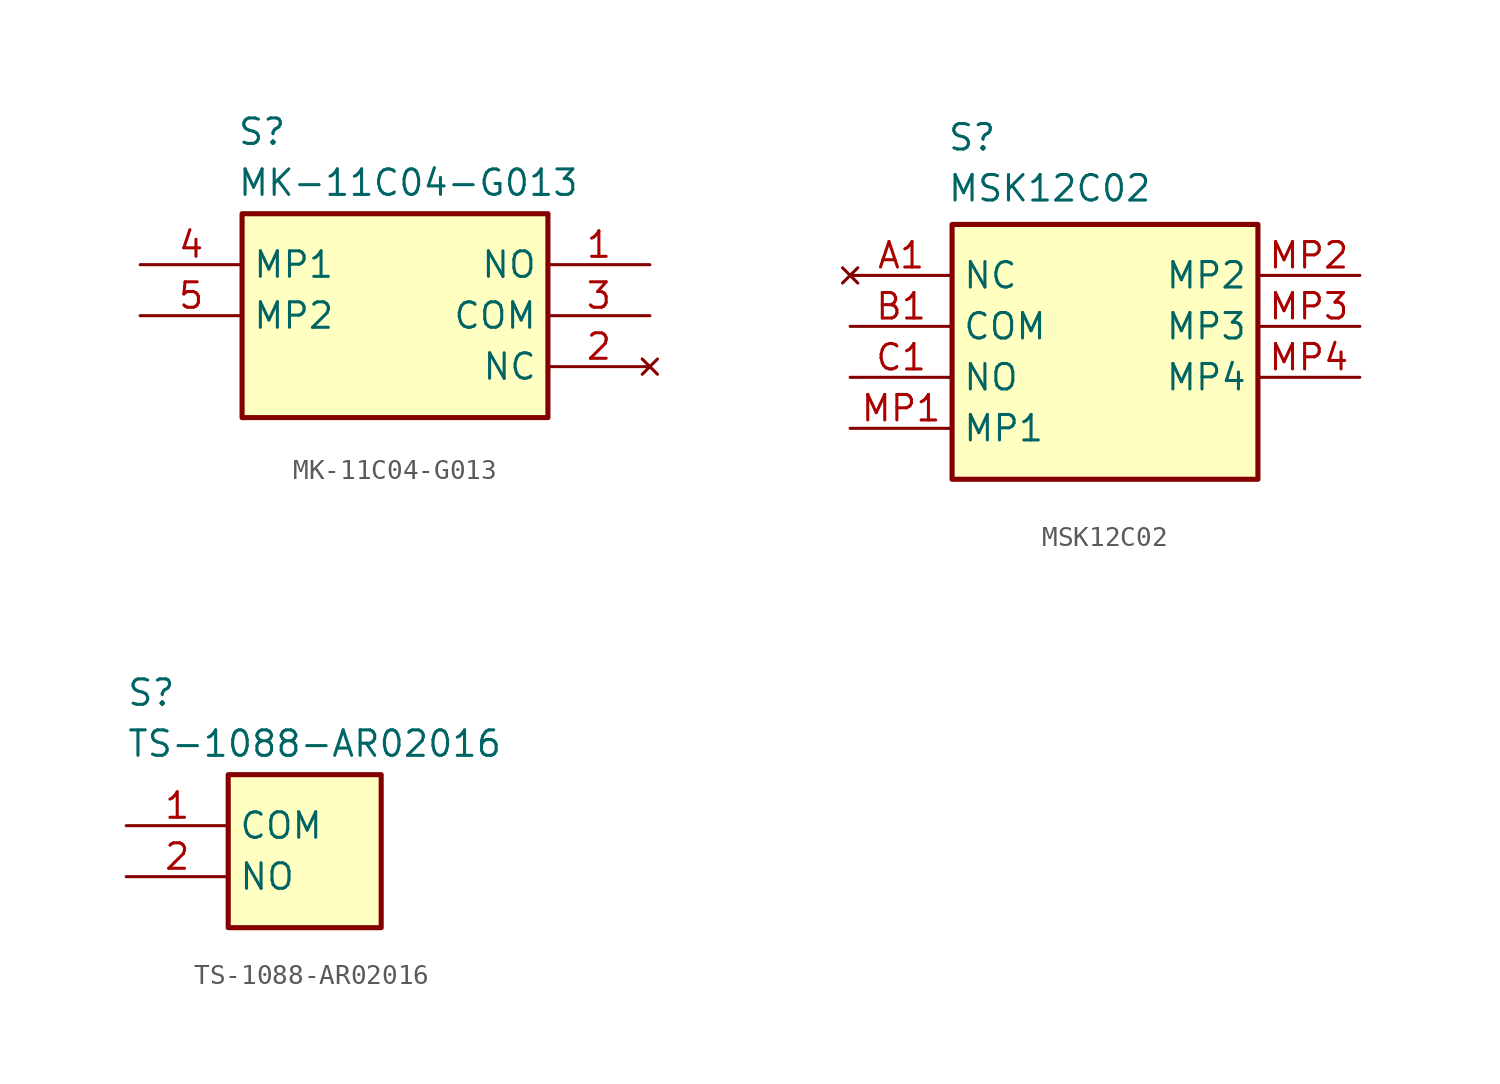
<source format=kicad_sym>
(kicad_symbol_lib
  (version 20241209)
  (generator "kicad_symbol_editor")
  (generator_version "9.0")
  (symbol "MK-11C04-G013"
    (property "Reference" "S"
      (at -0.254 4.826 0)
      (effects (font (size 1.27 1.27)) (justify left top)))
    (property "Value" "MK-11C04-G013"
      (at -0.254 2.286 0)
      (effects (font (size 1.27 1.27)) (justify left top)))
    (symbol "MK-11C04-G013_1_1"
      (rectangle (start 0 0) (end 15.24 -10.16) (stroke (width 0.254) (type default)) (fill (type background)))
      (pin passive line (at -5.08 -2.54 0) (length 5.08) (name "MP1" (effects (font (size 1.27 1.27)))) (number "4" (effects (font (size 1.27 1.27)))))
      (pin passive line (at -5.08 -5.08 0) (length 5.08) (name "MP2" (effects (font (size 1.27 1.27)))) (number "5" (effects (font (size 1.27 1.27)))))
      (pin passive line (at 20.32 -2.54 180) (length 5.08) (name "NO" (effects (font (size 1.27 1.27)))) (number "1" (effects (font (size 1.27 1.27)))))
      (pin passive line (at 20.32 -5.08 180) (length 5.08) (name "COM" (effects (font (size 1.27 1.27)))) (number "3" (effects (font (size 1.27 1.27)))))
      (pin no_connect line (at 20.32 -7.62 180) (length 5.08) (name "NC" (effects (font (size 1.27 1.27)))) (number "2" (effects (font (size 1.27 1.27)))))))
  (symbol "MSK12C02"
    (property "Reference" "S"
      (at 4.826 7.62 0)
      (effects (font (size 1.27 1.27)) (justify left top)))
    (property "Value" "MSK12C02"
      (at 4.826 5.08 0)
      (effects (font (size 1.27 1.27)) (justify left top)))
    (symbol "MSK12C02_1_1"
      (rectangle (start 5.08 2.54) (end 20.32 -10.16) (stroke (width 0.254) (type default)) (fill (type background)))
      (pin no_connect line (at 0 0 0) (length 5.08) (name "NC" (effects (font (size 1.27 1.27)))) (number "A1" (effects (font (size 1.27 1.27)))))
      (pin passive line (at 0 -2.54 0) (length 5.08) (name "COM" (effects (font (size 1.27 1.27)))) (number "B1" (effects (font (size 1.27 1.27)))))
      (pin passive line (at 0 -5.08 0) (length 5.08) (name "NO" (effects (font (size 1.27 1.27)))) (number "C1" (effects (font (size 1.27 1.27)))))
      (pin passive line (at 0 -7.62 0) (length 5.08) (name "MP1" (effects (font (size 1.27 1.27)))) (number "MP1" (effects (font (size 1.27 1.27)))))
      (pin passive line (at 25.4 0 180) (length 5.08) (name "MP2" (effects (font (size 1.27 1.27)))) (number "MP2" (effects (font (size 1.27 1.27)))))
      (pin passive line (at 25.4 -2.54 180) (length 5.08) (name "MP3" (effects (font (size 1.27 1.27)))) (number "MP3" (effects (font (size 1.27 1.27)))))
      (pin passive line (at 25.4 -5.08 180) (length 5.08) (name "MP4" (effects (font (size 1.27 1.27)))) (number "MP4" (effects (font (size 1.27 1.27)))))))
  (symbol "TS-1088-AR02016"
    (property "Reference" "S"
      (at 0 7.366 0)
      (effects (font (size 1.27 1.27)) (justify left top)))
    (property "Value" "TS-1088-AR02016"
      (at 0 4.826 0)
      (effects (font (size 1.27 1.27)) (justify left top)))
    (symbol "TS-1088-AR02016_1_1"
      (rectangle (start 5.08 2.54) (end 12.7 -5.08) (stroke (width 0.254) (type default)) (fill (type background)))
      (pin passive line (at 0 0 0) (length 5.08) (name "COM" (effects (font (size 1.27 1.27)))) (number "1" (effects (font (size 1.27 1.27)))))
      (pin passive line (at 0 -2.54 0) (length 5.08) (name "NO" (effects (font (size 1.27 1.27)))) (number "2" (effects (font (size 1.27 1.27))))))))
</source>
